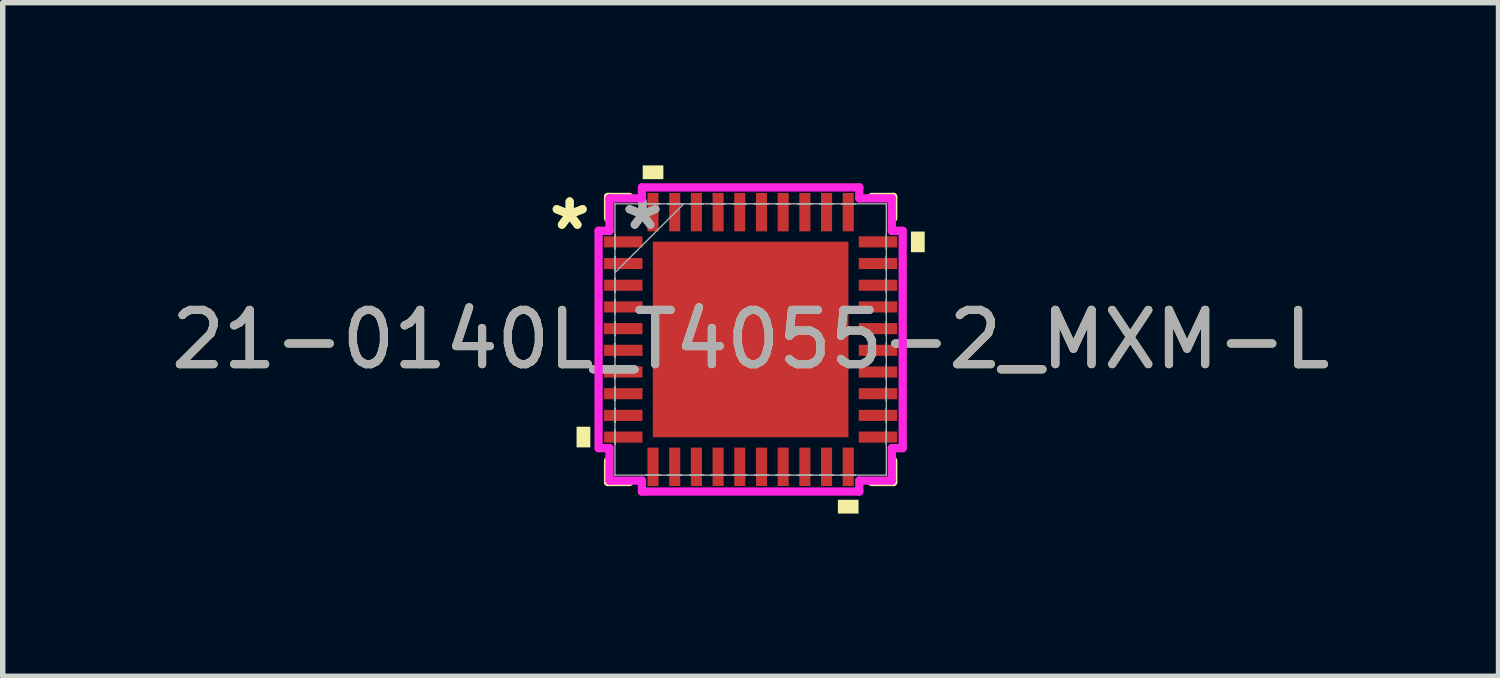
<source format=kicad_pcb>
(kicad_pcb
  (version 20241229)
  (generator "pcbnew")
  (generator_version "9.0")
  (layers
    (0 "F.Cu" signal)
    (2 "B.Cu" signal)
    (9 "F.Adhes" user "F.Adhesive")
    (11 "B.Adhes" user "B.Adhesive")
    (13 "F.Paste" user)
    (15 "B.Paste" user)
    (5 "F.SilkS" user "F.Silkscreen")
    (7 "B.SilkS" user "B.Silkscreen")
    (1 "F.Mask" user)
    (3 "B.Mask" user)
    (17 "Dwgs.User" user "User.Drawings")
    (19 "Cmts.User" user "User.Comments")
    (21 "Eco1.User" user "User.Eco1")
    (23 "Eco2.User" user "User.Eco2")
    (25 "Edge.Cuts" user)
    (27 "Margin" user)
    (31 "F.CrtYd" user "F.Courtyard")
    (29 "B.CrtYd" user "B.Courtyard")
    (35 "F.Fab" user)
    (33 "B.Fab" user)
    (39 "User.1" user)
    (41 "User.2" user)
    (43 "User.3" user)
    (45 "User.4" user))
  (footprint "21-0140L_T4055-2_MXM-L"
    (layer "F.Cu")
    (at 10.792 3.21)
    (property "Reference" "21-0140L_T4055-2_MXM-L" (at 0 0 0) (unlocked yes) (layer "F.SilkS") (effects (font (size 1 1) (thickness 0.15))))
    (attr smd)
    (fp_line (start -2.629 -2.629) (end -2.629 -2.235) (stroke (width 0.152) (type solid)) (layer "F.SilkS"))
    (fp_line (start -2.629 2.235) (end -2.629 2.629) (stroke (width 0.152) (type solid)) (layer "F.SilkS"))
    (fp_line (start -2.629 2.629) (end -2.235 2.629) (stroke (width 0.152) (type solid)) (layer "F.SilkS"))
    (fp_line (start -2.235 -2.629) (end -2.629 -2.629) (stroke (width 0.152) (type solid)) (layer "F.SilkS"))
    (fp_line (start 2.235 2.629) (end 2.629 2.629) (stroke (width 0.152) (type solid)) (layer "F.SilkS"))
    (fp_line (start 2.629 -2.629) (end 2.235 -2.629) (stroke (width 0.152) (type solid)) (layer "F.SilkS"))
    (fp_line (start 2.629 -2.235) (end 2.629 -2.629) (stroke (width 0.152) (type solid)) (layer "F.SilkS"))
    (fp_line (start 2.629 2.629) (end 2.629 2.235) (stroke (width 0.152) (type solid)) (layer "F.SilkS"))
    (fp_poly (pts (xy -3.21 1.609) (xy -3.21 1.99) (xy -2.956 1.99) (xy -2.956 1.609)) (stroke (width 0) (type solid)) (fill yes) (layer "F.SilkS"))
    (fp_poly (pts (xy -1.99 -2.956) (xy -1.99 -3.21) (xy -1.609 -3.21) (xy -1.609 -2.956)) (stroke (width 0) (type solid)) (fill yes) (layer "F.SilkS"))
    (fp_poly (pts (xy 1.609 2.956) (xy 1.609 3.21) (xy 1.99 3.21) (xy 1.99 2.956)) (stroke (width 0) (type solid)) (fill yes) (layer "F.SilkS"))
    (fp_poly (pts (xy 3.21 -1.99) (xy 3.21 -1.609) (xy 2.956 -1.609) (xy 2.956 -1.99)) (stroke (width 0) (type solid)) (fill yes) (layer "F.SilkS"))
    (fp_poly (pts (xy -1.703 -1.703) (xy -1.703 -0.1) (xy -0.1 -0.1) (xy -0.1 -1.703)) (stroke (width 0) (type solid)) (fill yes) (layer "F.Paste"))
    (fp_poly (pts (xy -1.703 0.1) (xy -1.703 1.703) (xy -0.1 1.703) (xy -0.1 0.1)) (stroke (width 0) (type solid)) (fill yes) (layer "F.Paste"))
    (fp_poly (pts (xy 0.1 -1.703) (xy 0.1 -0.1) (xy 1.703 -0.1) (xy 1.703 -1.703)) (stroke (width 0) (type solid)) (fill yes) (layer "F.Paste"))
    (fp_poly (pts (xy 0.1 0.1) (xy 0.1 1.703) (xy 1.703 1.703) (xy 1.703 0.1)) (stroke (width 0) (type solid)) (fill yes) (layer "F.Paste"))
    (fp_line (start -2.804 -2.004) (end -2.603 -2.004) (stroke (width 0.152) (type solid)) (layer "F.CrtYd"))
    (fp_line (start -2.804 2.004) (end -2.804 -2.004) (stroke (width 0.152) (type solid)) (layer "F.CrtYd"))
    (fp_line (start -2.603 -2.603) (end -2.004 -2.603) (stroke (width 0.152) (type solid)) (layer "F.CrtYd"))
    (fp_line (start -2.603 -2.004) (end -2.603 -2.603) (stroke (width 0.152) (type solid)) (layer "F.CrtYd"))
    (fp_line (start -2.603 2.004) (end -2.804 2.004) (stroke (width 0.152) (type solid)) (layer "F.CrtYd"))
    (fp_line (start -2.603 2.603) (end -2.603 2.004) (stroke (width 0.152) (type solid)) (layer "F.CrtYd"))
    (fp_line (start -2.004 -2.804) (end 2.004 -2.804) (stroke (width 0.152) (type solid)) (layer "F.CrtYd"))
    (fp_line (start -2.004 -2.603) (end -2.004 -2.804) (stroke (width 0.152) (type solid)) (layer "F.CrtYd"))
    (fp_line (start -2.004 2.603) (end -2.603 2.603) (stroke (width 0.152) (type solid)) (layer "F.CrtYd"))
    (fp_line (start -2.004 2.804) (end -2.004 2.603) (stroke (width 0.152) (type solid)) (layer "F.CrtYd"))
    (fp_line (start 2.004 -2.804) (end 2.004 -2.603) (stroke (width 0.152) (type solid)) (layer "F.CrtYd"))
    (fp_line (start 2.004 -2.603) (end 2.603 -2.603) (stroke (width 0.152) (type solid)) (layer "F.CrtYd"))
    (fp_line (start 2.004 2.603) (end 2.004 2.804) (stroke (width 0.152) (type solid)) (layer "F.CrtYd"))
    (fp_line (start 2.004 2.804) (end -2.004 2.804) (stroke (width 0.152) (type solid)) (layer "F.CrtYd"))
    (fp_line (start 2.603 -2.603) (end 2.603 -2.004) (stroke (width 0.152) (type solid)) (layer "F.CrtYd"))
    (fp_line (start 2.603 -2.004) (end 2.804 -2.004) (stroke (width 0.152) (type solid)) (layer "F.CrtYd"))
    (fp_line (start 2.603 2.004) (end 2.603 2.603) (stroke (width 0.152) (type solid)) (layer "F.CrtYd"))
    (fp_line (start 2.603 2.603) (end 2.004 2.603) (stroke (width 0.152) (type solid)) (layer "F.CrtYd"))
    (fp_line (start 2.804 -2.004) (end 2.804 2.004) (stroke (width 0.152) (type solid)) (layer "F.CrtYd"))
    (fp_line (start 2.804 2.004) (end 2.603 2.004) (stroke (width 0.152) (type solid)) (layer "F.CrtYd"))
    (fp_line (start -2.502 -2.502) (end -2.502 -2.502) (stroke (width 0.025) (type solid)) (layer "F.Fab"))
    (fp_line (start -2.502 -2.502) (end -2.502 2.502) (stroke (width 0.025) (type solid)) (layer "F.Fab"))
    (fp_line (start -2.502 -1.927) (end -2.502 -1.927) (stroke (width 0.025) (type solid)) (layer "F.Fab"))
    (fp_line (start -2.502 -1.927) (end -2.502 -1.673) (stroke (width 0.025) (type solid)) (layer "F.Fab"))
    (fp_line (start -2.502 -1.673) (end -2.502 -1.927) (stroke (width 0.025) (type solid)) (layer "F.Fab"))
    (fp_line (start -2.502 -1.673) (end -2.502 -1.673) (stroke (width 0.025) (type solid)) (layer "F.Fab"))
    (fp_line (start -2.502 -1.527) (end -2.502 -1.527) (stroke (width 0.025) (type solid)) (layer "F.Fab"))
    (fp_line (start -2.502 -1.527) (end -2.502 -1.273) (stroke (width 0.025) (type solid)) (layer "F.Fab"))
    (fp_line (start -2.502 -1.273) (end -2.502 -1.527) (stroke (width 0.025) (type solid)) (layer "F.Fab"))
    (fp_line (start -2.502 -1.273) (end -2.502 -1.273) (stroke (width 0.025) (type solid)) (layer "F.Fab"))
    (fp_line (start -2.502 -1.232) (end -1.232 -2.502) (stroke (width 0.025) (type solid)) (layer "F.Fab"))
    (fp_line (start -2.502 -1.127) (end -2.502 -1.127) (stroke (width 0.025) (type solid)) (layer "F.Fab"))
    (fp_line (start -2.502 -1.127) (end -2.502 -0.873) (stroke (width 0.025) (type solid)) (layer "F.Fab"))
    (fp_line (start -2.502 -0.873) (end -2.502 -1.127) (stroke (width 0.025) (type solid)) (layer "F.Fab"))
    (fp_line (start -2.502 -0.873) (end -2.502 -0.873) (stroke (width 0.025) (type solid)) (layer "F.Fab"))
    (fp_line (start -2.502 -0.727) (end -2.502 -0.727) (stroke (width 0.025) (type solid)) (layer "F.Fab"))
    (fp_line (start -2.502 -0.727) (end -2.502 -0.473) (stroke (width 0.025) (type solid)) (layer "F.Fab"))
    (fp_line (start -2.502 -0.473) (end -2.502 -0.727) (stroke (width 0.025) (type solid)) (layer "F.Fab"))
    (fp_line (start -2.502 -0.473) (end -2.502 -0.473) (stroke (width 0.025) (type solid)) (layer "F.Fab"))
    (fp_line (start -2.502 -0.327) (end -2.502 -0.327) (stroke (width 0.025) (type solid)) (layer "F.Fab"))
    (fp_line (start -2.502 -0.327) (end -2.502 -0.073) (stroke (width 0.025) (type solid)) (layer "F.Fab"))
    (fp_line (start -2.502 -0.073) (end -2.502 -0.327) (stroke (width 0.025) (type solid)) (layer "F.Fab"))
    (fp_line (start -2.502 -0.073) (end -2.502 -0.073) (stroke (width 0.025) (type solid)) (layer "F.Fab"))
    (fp_line (start -2.502 0.073) (end -2.502 0.073) (stroke (width 0.025) (type solid)) (layer "F.Fab"))
    (fp_line (start -2.502 0.073) (end -2.502 0.327) (stroke (width 0.025) (type solid)) (layer "F.Fab"))
    (fp_line (start -2.502 0.327) (end -2.502 0.073) (stroke (width 0.025) (type solid)) (layer "F.Fab"))
    (fp_line (start -2.502 0.327) (end -2.502 0.327) (stroke (width 0.025) (type solid)) (layer "F.Fab"))
    (fp_line (start -2.502 0.473) (end -2.502 0.473) (stroke (width 0.025) (type solid)) (layer "F.Fab"))
    (fp_line (start -2.502 0.473) (end -2.502 0.727) (stroke (width 0.025) (type solid)) (layer "F.Fab"))
    (fp_line (start -2.502 0.727) (end -2.502 0.473) (stroke (width 0.025) (type solid)) (layer "F.Fab"))
    (fp_line (start -2.502 0.727) (end -2.502 0.727) (stroke (width 0.025) (type solid)) (layer "F.Fab"))
    (fp_line (start -2.502 0.873) (end -2.502 0.873) (stroke (width 0.025) (type solid)) (layer "F.Fab"))
    (fp_line (start -2.502 0.873) (end -2.502 1.127) (stroke (width 0.025) (type solid)) (layer "F.Fab"))
    (fp_line (start -2.502 1.127) (end -2.502 0.873) (stroke (width 0.025) (type solid)) (layer "F.Fab"))
    (fp_line (start -2.502 1.127) (end -2.502 1.127) (stroke (width 0.025) (type solid)) (layer "F.Fab"))
    (fp_line (start -2.502 1.273) (end -2.502 1.273) (stroke (width 0.025) (type solid)) (layer "F.Fab"))
    (fp_line (start -2.502 1.273) (end -2.502 1.527) (stroke (width 0.025) (type solid)) (layer "F.Fab"))
    (fp_line (start -2.502 1.527) (end -2.502 1.273) (stroke (width 0.025) (type solid)) (layer "F.Fab"))
    (fp_line (start -2.502 1.527) (end -2.502 1.527) (stroke (width 0.025) (type solid)) (layer "F.Fab"))
    (fp_line (start -2.502 1.673) (end -2.502 1.673) (stroke (width 0.025) (type solid)) (layer "F.Fab"))
    (fp_line (start -2.502 1.673) (end -2.502 1.927) (stroke (width 0.025) (type solid)) (layer "F.Fab"))
    (fp_line (start -2.502 1.927) (end -2.502 1.673) (stroke (width 0.025) (type solid)) (layer "F.Fab"))
    (fp_line (start -2.502 1.927) (end -2.502 1.927) (stroke (width 0.025) (type solid)) (layer "F.Fab"))
    (fp_line (start -2.502 2.502) (end -2.502 2.502) (stroke (width 0.025) (type solid)) (layer "F.Fab"))
    (fp_line (start -2.502 2.502) (end 2.502 2.502) (stroke (width 0.025) (type solid)) (layer "F.Fab"))
    (fp_line (start -1.927 -2.502) (end -1.927 -2.502) (stroke (width 0.025) (type solid)) (layer "F.Fab"))
    (fp_line (start -1.927 -2.502) (end -1.673 -2.502) (stroke (width 0.025) (type solid)) (layer "F.Fab"))
    (fp_line (start -1.927 2.502) (end -1.927 2.502) (stroke (width 0.025) (type solid)) (layer "F.Fab"))
    (fp_line (start -1.927 2.502) (end -1.673 2.502) (stroke (width 0.025) (type solid)) (layer "F.Fab"))
    (fp_line (start -1.673 -2.502) (end -1.927 -2.502) (stroke (width 0.025) (type solid)) (layer "F.Fab"))
    (fp_line (start -1.673 -2.502) (end -1.673 -2.502) (stroke (width 0.025) (type solid)) (layer "F.Fab"))
    (fp_line (start -1.673 2.502) (end -1.927 2.502) (stroke (width 0.025) (type solid)) (layer "F.Fab"))
    (fp_line (start -1.673 2.502) (end -1.673 2.502) (stroke (width 0.025) (type solid)) (layer "F.Fab"))
    (fp_line (start -1.527 -2.502) (end -1.527 -2.502) (stroke (width 0.025) (type solid)) (layer "F.Fab"))
    (fp_line (start -1.527 -2.502) (end -1.273 -2.502) (stroke (width 0.025) (type solid)) (layer "F.Fab"))
    (fp_line (start -1.527 2.502) (end -1.527 2.502) (stroke (width 0.025) (type solid)) (layer "F.Fab"))
    (fp_line (start -1.527 2.502) (end -1.273 2.502) (stroke (width 0.025) (type solid)) (layer "F.Fab"))
    (fp_line (start -1.273 -2.502) (end -1.527 -2.502) (stroke (width 0.025) (type solid)) (layer "F.Fab"))
    (fp_line (start -1.273 -2.502) (end -1.273 -2.502) (stroke (width 0.025) (type solid)) (layer "F.Fab"))
    (fp_line (start -1.273 2.502) (end -1.527 2.502) (stroke (width 0.025) (type solid)) (layer "F.Fab"))
    (fp_line (start -1.273 2.502) (end -1.273 2.502) (stroke (width 0.025) (type solid)) (layer "F.Fab"))
    (fp_line (start -1.127 -2.502) (end -1.127 -2.502) (stroke (width 0.025) (type solid)) (layer "F.Fab"))
    (fp_line (start -1.127 -2.502) (end -0.873 -2.502) (stroke (width 0.025) (type solid)) (layer "F.Fab"))
    (fp_line (start -1.127 2.502) (end -1.127 2.502) (stroke (width 0.025) (type solid)) (layer "F.Fab"))
    (fp_line (start -1.127 2.502) (end -0.873 2.502) (stroke (width 0.025) (type solid)) (layer "F.Fab"))
    (fp_line (start -0.873 -2.502) (end -1.127 -2.502) (stroke (width 0.025) (type solid)) (layer "F.Fab"))
    (fp_line (start -0.873 -2.502) (end -0.873 -2.502) (stroke (width 0.025) (type solid)) (layer "F.Fab"))
    (fp_line (start -0.873 2.502) (end -1.127 2.502) (stroke (width 0.025) (type solid)) (layer "F.Fab"))
    (fp_line (start -0.873 2.502) (end -0.873 2.502) (stroke (width 0.025) (type solid)) (layer "F.Fab"))
    (fp_line (start -0.727 -2.502) (end -0.727 -2.502) (stroke (width 0.025) (type solid)) (layer "F.Fab"))
    (fp_line (start -0.727 -2.502) (end -0.473 -2.502) (stroke (width 0.025) (type solid)) (layer "F.Fab"))
    (fp_line (start -0.727 2.502) (end -0.727 2.502) (stroke (width 0.025) (type solid)) (layer "F.Fab"))
    (fp_line (start -0.727 2.502) (end -0.473 2.502) (stroke (width 0.025) (type solid)) (layer "F.Fab"))
    (fp_line (start -0.473 -2.502) (end -0.727 -2.502) (stroke (width 0.025) (type solid)) (layer "F.Fab"))
    (fp_line (start -0.473 -2.502) (end -0.473 -2.502) (stroke (width 0.025) (type solid)) (layer "F.Fab"))
    (fp_line (start -0.473 2.502) (end -0.727 2.502) (stroke (width 0.025) (type solid)) (layer "F.Fab"))
    (fp_line (start -0.473 2.502) (end -0.473 2.502) (stroke (width 0.025) (type solid)) (layer "F.Fab"))
    (fp_line (start -0.327 -2.502) (end -0.327 -2.502) (stroke (width 0.025) (type solid)) (layer "F.Fab"))
    (fp_line (start -0.327 -2.502) (end -0.073 -2.502) (stroke (width 0.025) (type solid)) (layer "F.Fab"))
    (fp_line (start -0.327 2.502) (end -0.327 2.502) (stroke (width 0.025) (type solid)) (layer "F.Fab"))
    (fp_line (start -0.327 2.502) (end -0.073 2.502) (stroke (width 0.025) (type solid)) (layer "F.Fab"))
    (fp_line (start -0.073 -2.502) (end -0.327 -2.502) (stroke (width 0.025) (type solid)) (layer "F.Fab"))
    (fp_line (start -0.073 -2.502) (end -0.073 -2.502) (stroke (width 0.025) (type solid)) (layer "F.Fab"))
    (fp_line (start -0.073 2.502) (end -0.327 2.502) (stroke (width 0.025) (type solid)) (layer "F.Fab"))
    (fp_line (start -0.073 2.502) (end -0.073 2.502) (stroke (width 0.025) (type solid)) (layer "F.Fab"))
    (fp_line (start 0.073 -2.502) (end 0.073 -2.502) (stroke (width 0.025) (type solid)) (layer "F.Fab"))
    (fp_line (start 0.073 -2.502) (end 0.327 -2.502) (stroke (width 0.025) (type solid)) (layer "F.Fab"))
    (fp_line (start 0.073 2.502) (end 0.073 2.502) (stroke (width 0.025) (type solid)) (layer "F.Fab"))
    (fp_line (start 0.073 2.502) (end 0.327 2.502) (stroke (width 0.025) (type solid)) (layer "F.Fab"))
    (fp_line (start 0.327 -2.502) (end 0.073 -2.502) (stroke (width 0.025) (type solid)) (layer "F.Fab"))
    (fp_line (start 0.327 -2.502) (end 0.327 -2.502) (stroke (width 0.025) (type solid)) (layer "F.Fab"))
    (fp_line (start 0.327 2.502) (end 0.073 2.502) (stroke (width 0.025) (type solid)) (layer "F.Fab"))
    (fp_line (start 0.327 2.502) (end 0.327 2.502) (stroke (width 0.025) (type solid)) (layer "F.Fab"))
    (fp_line (start 0.473 -2.502) (end 0.473 -2.502) (stroke (width 0.025) (type solid)) (layer "F.Fab"))
    (fp_line (start 0.473 -2.502) (end 0.727 -2.502) (stroke (width 0.025) (type solid)) (layer "F.Fab"))
    (fp_line (start 0.473 2.502) (end 0.473 2.502) (stroke (width 0.025) (type solid)) (layer "F.Fab"))
    (fp_line (start 0.473 2.502) (end 0.727 2.502) (stroke (width 0.025) (type solid)) (layer "F.Fab"))
    (fp_line (start 0.727 -2.502) (end 0.473 -2.502) (stroke (width 0.025) (type solid)) (layer "F.Fab"))
    (fp_line (start 0.727 -2.502) (end 0.727 -2.502) (stroke (width 0.025) (type solid)) (layer "F.Fab"))
    (fp_line (start 0.727 2.502) (end 0.473 2.502) (stroke (width 0.025) (type solid)) (layer "F.Fab"))
    (fp_line (start 0.727 2.502) (end 0.727 2.502) (stroke (width 0.025) (type solid)) (layer "F.Fab"))
    (fp_line (start 0.873 -2.502) (end 0.873 -2.502) (stroke (width 0.025) (type solid)) (layer "F.Fab"))
    (fp_line (start 0.873 -2.502) (end 1.127 -2.502) (stroke (width 0.025) (type solid)) (layer "F.Fab"))
    (fp_line (start 0.873 2.502) (end 0.873 2.502) (stroke (width 0.025) (type solid)) (layer "F.Fab"))
    (fp_line (start 0.873 2.502) (end 1.127 2.502) (stroke (width 0.025) (type solid)) (layer "F.Fab"))
    (fp_line (start 1.127 -2.502) (end 0.873 -2.502) (stroke (width 0.025) (type solid)) (layer "F.Fab"))
    (fp_line (start 1.127 -2.502) (end 1.127 -2.502) (stroke (width 0.025) (type solid)) (layer "F.Fab"))
    (fp_line (start 1.127 2.502) (end 0.873 2.502) (stroke (width 0.025) (type solid)) (layer "F.Fab"))
    (fp_line (start 1.127 2.502) (end 1.127 2.502) (stroke (width 0.025) (type solid)) (layer "F.Fab"))
    (fp_line (start 1.273 -2.502) (end 1.273 -2.502) (stroke (width 0.025) (type solid)) (layer "F.Fab"))
    (fp_line (start 1.273 -2.502) (end 1.527 -2.502) (stroke (width 0.025) (type solid)) (layer "F.Fab"))
    (fp_line (start 1.273 2.502) (end 1.273 2.502) (stroke (width 0.025) (type solid)) (layer "F.Fab"))
    (fp_line (start 1.273 2.502) (end 1.527 2.502) (stroke (width 0.025) (type solid)) (layer "F.Fab"))
    (fp_line (start 1.527 -2.502) (end 1.273 -2.502) (stroke (width 0.025) (type solid)) (layer "F.Fab"))
    (fp_line (start 1.527 -2.502) (end 1.527 -2.502) (stroke (width 0.025) (type solid)) (layer "F.Fab"))
    (fp_line (start 1.527 2.502) (end 1.273 2.502) (stroke (width 0.025) (type solid)) (layer "F.Fab"))
    (fp_line (start 1.527 2.502) (end 1.527 2.502) (stroke (width 0.025) (type solid)) (layer "F.Fab"))
    (fp_line (start 1.673 -2.502) (end 1.673 -2.502) (stroke (width 0.025) (type solid)) (layer "F.Fab"))
    (fp_line (start 1.673 -2.502) (end 1.927 -2.502) (stroke (width 0.025) (type solid)) (layer "F.Fab"))
    (fp_line (start 1.673 2.502) (end 1.673 2.502) (stroke (width 0.025) (type solid)) (layer "F.Fab"))
    (fp_line (start 1.673 2.502) (end 1.927 2.502) (stroke (width 0.025) (type solid)) (layer "F.Fab"))
    (fp_line (start 1.927 -2.502) (end 1.673 -2.502) (stroke (width 0.025) (type solid)) (layer "F.Fab"))
    (fp_line (start 1.927 -2.502) (end 1.927 -2.502) (stroke (width 0.025) (type solid)) (layer "F.Fab"))
    (fp_line (start 1.927 2.502) (end 1.673 2.502) (stroke (width 0.025) (type solid)) (layer "F.Fab"))
    (fp_line (start 1.927 2.502) (end 1.927 2.502) (stroke (width 0.025) (type solid)) (layer "F.Fab"))
    (fp_line (start 2.502 -2.502) (end -2.502 -2.502) (stroke (width 0.025) (type solid)) (layer "F.Fab"))
    (fp_line (start 2.502 -2.502) (end 2.502 -2.502) (stroke (width 0.025) (type solid)) (layer "F.Fab"))
    (fp_line (start 2.502 -1.927) (end 2.502 -1.927) (stroke (width 0.025) (type solid)) (layer "F.Fab"))
    (fp_line (start 2.502 -1.927) (end 2.502 -1.673) (stroke (width 0.025) (type solid)) (layer "F.Fab"))
    (fp_line (start 2.502 -1.673) (end 2.502 -1.927) (stroke (width 0.025) (type solid)) (layer "F.Fab"))
    (fp_line (start 2.502 -1.673) (end 2.502 -1.673) (stroke (width 0.025) (type solid)) (layer "F.Fab"))
    (fp_line (start 2.502 -1.527) (end 2.502 -1.527) (stroke (width 0.025) (type solid)) (layer "F.Fab"))
    (fp_line (start 2.502 -1.527) (end 2.502 -1.273) (stroke (width 0.025) (type solid)) (layer "F.Fab"))
    (fp_line (start 2.502 -1.273) (end 2.502 -1.527) (stroke (width 0.025) (type solid)) (layer "F.Fab"))
    (fp_line (start 2.502 -1.273) (end 2.502 -1.273) (stroke (width 0.025) (type solid)) (layer "F.Fab"))
    (fp_line (start 2.502 -1.127) (end 2.502 -1.127) (stroke (width 0.025) (type solid)) (layer "F.Fab"))
    (fp_line (start 2.502 -1.127) (end 2.502 -0.873) (stroke (width 0.025) (type solid)) (layer "F.Fab"))
    (fp_line (start 2.502 -0.873) (end 2.502 -1.127) (stroke (width 0.025) (type solid)) (layer "F.Fab"))
    (fp_line (start 2.502 -0.873) (end 2.502 -0.873) (stroke (width 0.025) (type solid)) (layer "F.Fab"))
    (fp_line (start 2.502 -0.727) (end 2.502 -0.727) (stroke (width 0.025) (type solid)) (layer "F.Fab"))
    (fp_line (start 2.502 -0.727) (end 2.502 -0.473) (stroke (width 0.025) (type solid)) (layer "F.Fab"))
    (fp_line (start 2.502 -0.473) (end 2.502 -0.727) (stroke (width 0.025) (type solid)) (layer "F.Fab"))
    (fp_line (start 2.502 -0.473) (end 2.502 -0.473) (stroke (width 0.025) (type solid)) (layer "F.Fab"))
    (fp_line (start 2.502 -0.327) (end 2.502 -0.327) (stroke (width 0.025) (type solid)) (layer "F.Fab"))
    (fp_line (start 2.502 -0.327) (end 2.502 -0.073) (stroke (width 0.025) (type solid)) (layer "F.Fab"))
    (fp_line (start 2.502 -0.073) (end 2.502 -0.327) (stroke (width 0.025) (type solid)) (layer "F.Fab"))
    (fp_line (start 2.502 -0.073) (end 2.502 -0.073) (stroke (width 0.025) (type solid)) (layer "F.Fab"))
    (fp_line (start 2.502 0.073) (end 2.502 0.073) (stroke (width 0.025) (type solid)) (layer "F.Fab"))
    (fp_line (start 2.502 0.073) (end 2.502 0.327) (stroke (width 0.025) (type solid)) (layer "F.Fab"))
    (fp_line (start 2.502 0.327) (end 2.502 0.073) (stroke (width 0.025) (type solid)) (layer "F.Fab"))
    (fp_line (start 2.502 0.327) (end 2.502 0.327) (stroke (width 0.025) (type solid)) (layer "F.Fab"))
    (fp_line (start 2.502 0.473) (end 2.502 0.473) (stroke (width 0.025) (type solid)) (layer "F.Fab"))
    (fp_line (start 2.502 0.473) (end 2.502 0.727) (stroke (width 0.025) (type solid)) (layer "F.Fab"))
    (fp_line (start 2.502 0.727) (end 2.502 0.473) (stroke (width 0.025) (type solid)) (layer "F.Fab"))
    (fp_line (start 2.502 0.727) (end 2.502 0.727) (stroke (width 0.025) (type solid)) (layer "F.Fab"))
    (fp_line (start 2.502 0.873) (end 2.502 0.873) (stroke (width 0.025) (type solid)) (layer "F.Fab"))
    (fp_line (start 2.502 0.873) (end 2.502 1.127) (stroke (width 0.025) (type solid)) (layer "F.Fab"))
    (fp_line (start 2.502 1.127) (end 2.502 0.873) (stroke (width 0.025) (type solid)) (layer "F.Fab"))
    (fp_line (start 2.502 1.127) (end 2.502 1.127) (stroke (width 0.025) (type solid)) (layer "F.Fab"))
    (fp_line (start 2.502 1.273) (end 2.502 1.273) (stroke (width 0.025) (type solid)) (layer "F.Fab"))
    (fp_line (start 2.502 1.273) (end 2.502 1.527) (stroke (width 0.025) (type solid)) (layer "F.Fab"))
    (fp_line (start 2.502 1.527) (end 2.502 1.273) (stroke (width 0.025) (type solid)) (layer "F.Fab"))
    (fp_line (start 2.502 1.527) (end 2.502 1.527) (stroke (width 0.025) (type solid)) (layer "F.Fab"))
    (fp_line (start 2.502 1.673) (end 2.502 1.673) (stroke (width 0.025) (type solid)) (layer "F.Fab"))
    (fp_line (start 2.502 1.673) (end 2.502 1.927) (stroke (width 0.025) (type solid)) (layer "F.Fab"))
    (fp_line (start 2.502 1.927) (end 2.502 1.673) (stroke (width 0.025) (type solid)) (layer "F.Fab"))
    (fp_line (start 2.502 1.927) (end 2.502 1.927) (stroke (width 0.025) (type solid)) (layer "F.Fab"))
    (fp_line (start 2.502 2.502) (end 2.502 -2.502) (stroke (width 0.025) (type solid)) (layer "F.Fab"))
    (fp_line (start 2.502 2.502) (end 2.502 2.502) (stroke (width 0.025) (type solid)) (layer "F.Fab"))
    (fp_text user "*" (at -3.337 -2 0) (unlocked yes) (layer "F.SilkS") (effects (font (size 1 1) (thickness 0.15))))
    (fp_text user "*" (at -3.337 -2 0) (layer "F.SilkS") (effects (font (size 1 1) (thickness 0.15))))
    (fp_text user "*" (at -1.994 -2 0) (unlocked yes) (layer "F.Fab") (effects (font (size 1 1) (thickness 0.15))))
    (fp_text user "*" (at -1.994 -2 0) (layer "F.Fab") (effects (font (size 1 1) (thickness 0.15))))
    (fp_text user "${REFERENCE}" (at 0 0 0) (unlocked yes) (layer "F.Fab") (effects (font (size 1 1) (thickness 0.15))))
    (pad "1" smd rect (at -2.348 -1.8 90) (size 0.204 0.708) (layers "F.Cu" "F.Mask" "F.Paste"))
    (pad "2" smd rect (at -2.348 -1.4 90) (size 0.204 0.708) (layers "F.Cu" "F.Mask" "F.Paste"))
    (pad "3" smd rect (at -2.348 -1 90) (size 0.204 0.708) (layers "F.Cu" "F.Mask" "F.Paste"))
    (pad "4" smd rect (at -2.348 -0.6 90) (size 0.204 0.708) (layers "F.Cu" "F.Mask" "F.Paste"))
    (pad "5" smd rect (at -2.348 -0.2 90) (size 0.204 0.708) (layers "F.Cu" "F.Mask" "F.Paste"))
    (pad "6" smd rect (at -2.348 0.2 90) (size 0.204 0.708) (layers "F.Cu" "F.Mask" "F.Paste"))
    (pad "7" smd rect (at -2.348 0.6 90) (size 0.204 0.708) (layers "F.Cu" "F.Mask" "F.Paste"))
    (pad "8" smd rect (at -2.348 1 90) (size 0.204 0.708) (layers "F.Cu" "F.Mask" "F.Paste"))
    (pad "9" smd rect (at -2.348 1.4 90) (size 0.204 0.708) (layers "F.Cu" "F.Mask" "F.Paste"))
    (pad "10" smd rect (at -2.348 1.8 90) (size 0.204 0.708) (layers "F.Cu" "F.Mask" "F.Paste"))
    (pad "11" smd rect (at -1.8 2.348) (size 0.204 0.708) (layers "F.Cu" "F.Mask" "F.Paste"))
    (pad "12" smd rect (at -1.4 2.348) (size 0.204 0.708) (layers "F.Cu" "F.Mask" "F.Paste"))
    (pad "13" smd rect (at -1 2.348) (size 0.204 0.708) (layers "F.Cu" "F.Mask" "F.Paste"))
    (pad "14" smd rect (at -0.6 2.348) (size 0.204 0.708) (layers "F.Cu" "F.Mask" "F.Paste"))
    (pad "15" smd rect (at -0.2 2.348) (size 0.204 0.708) (layers "F.Cu" "F.Mask" "F.Paste"))
    (pad "16" smd rect (at 0.2 2.348) (size 0.204 0.708) (layers "F.Cu" "F.Mask" "F.Paste"))
    (pad "17" smd rect (at 0.6 2.348) (size 0.204 0.708) (layers "F.Cu" "F.Mask" "F.Paste"))
    (pad "18" smd rect (at 1 2.348) (size 0.204 0.708) (layers "F.Cu" "F.Mask" "F.Paste"))
    (pad "19" smd rect (at 1.4 2.348) (size 0.204 0.708) (layers "F.Cu" "F.Mask" "F.Paste"))
    (pad "20" smd rect (at 1.8 2.348) (size 0.204 0.708) (layers "F.Cu" "F.Mask" "F.Paste"))
    (pad "21" smd rect (at 2.348 1.8 90) (size 0.204 0.708) (layers "F.Cu" "F.Mask" "F.Paste"))
    (pad "22" smd rect (at 2.348 1.4 90) (size 0.204 0.708) (layers "F.Cu" "F.Mask" "F.Paste"))
    (pad "23" smd rect (at 2.348 1 90) (size 0.204 0.708) (layers "F.Cu" "F.Mask" "F.Paste"))
    (pad "24" smd rect (at 2.348 0.6 90) (size 0.204 0.708) (layers "F.Cu" "F.Mask" "F.Paste"))
    (pad "25" smd rect (at 2.348 0.2 90) (size 0.204 0.708) (layers "F.Cu" "F.Mask" "F.Paste"))
    (pad "26" smd rect (at 2.348 -0.2 90) (size 0.204 0.708) (layers "F.Cu" "F.Mask" "F.Paste"))
    (pad "27" smd rect (at 2.348 -0.6 90) (size 0.204 0.708) (layers "F.Cu" "F.Mask" "F.Paste"))
    (pad "28" smd rect (at 2.348 -1 90) (size 0.204 0.708) (layers "F.Cu" "F.Mask" "F.Paste"))
    (pad "29" smd rect (at 2.348 -1.4 90) (size 0.204 0.708) (layers "F.Cu" "F.Mask" "F.Paste"))
    (pad "30" smd rect (at 2.348 -1.8 90) (size 0.204 0.708) (layers "F.Cu" "F.Mask" "F.Paste"))
    (pad "31" smd rect (at 1.8 -2.348) (size 0.204 0.708) (layers "F.Cu" "F.Mask" "F.Paste"))
    (pad "32" smd rect (at 1.4 -2.348) (size 0.204 0.708) (layers "F.Cu" "F.Mask" "F.Paste"))
    (pad "33" smd rect (at 1 -2.348) (size 0.204 0.708) (layers "F.Cu" "F.Mask" "F.Paste"))
    (pad "34" smd rect (at 0.6 -2.348) (size 0.204 0.708) (layers "F.Cu" "F.Mask" "F.Paste"))
    (pad "35" smd rect (at 0.2 -2.348) (size 0.204 0.708) (layers "F.Cu" "F.Mask" "F.Paste"))
    (pad "36" smd rect (at -0.2 -2.348) (size 0.204 0.708) (layers "F.Cu" "F.Mask" "F.Paste"))
    (pad "37" smd rect (at -0.6 -2.348) (size 0.204 0.708) (layers "F.Cu" "F.Mask" "F.Paste"))
    (pad "38" smd rect (at -1 -2.348) (size 0.204 0.708) (layers "F.Cu" "F.Mask" "F.Paste"))
    (pad "39" smd rect (at -1.4 -2.348) (size 0.204 0.708) (layers "F.Cu" "F.Mask" "F.Paste"))
    (pad "40" smd rect (at -1.8 -2.348) (size 0.204 0.708) (layers "F.Cu" "F.Mask" "F.Paste"))
    (pad "41" smd rect (at 0 0) (size 3.607 3.607) (layers "F.Cu" "F.Mask")))
  (gr_rect
    (start -3 -3)
    (end 24.583 9.42)
    (stroke (width 0.1) (type default))
    (fill no)
    (layer "Edge.Cuts")))
</source>
